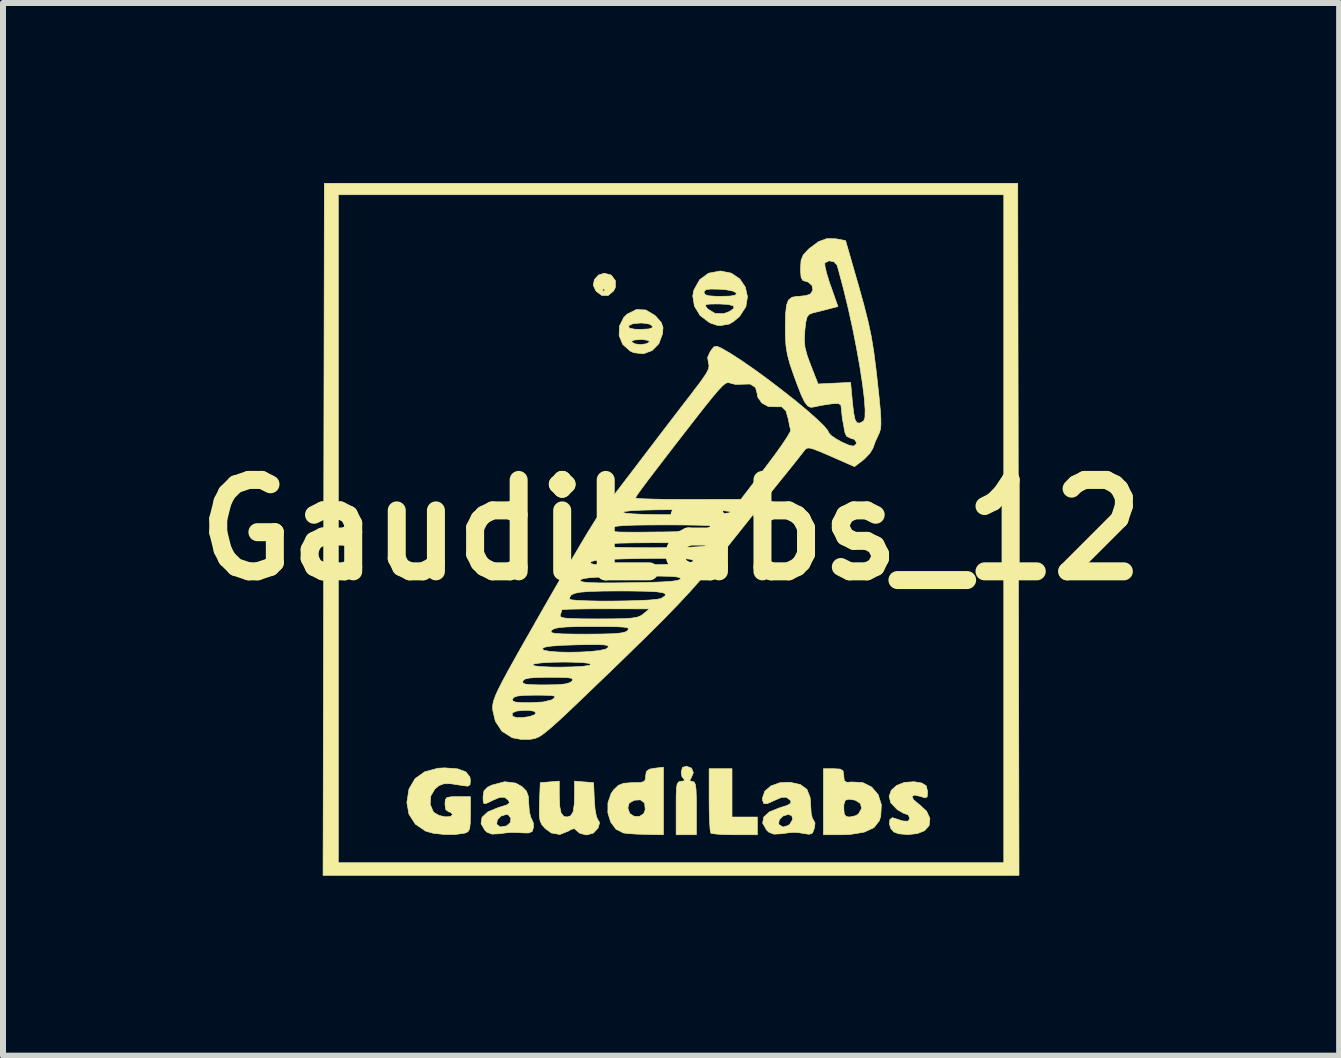
<source format=kicad_pcb>
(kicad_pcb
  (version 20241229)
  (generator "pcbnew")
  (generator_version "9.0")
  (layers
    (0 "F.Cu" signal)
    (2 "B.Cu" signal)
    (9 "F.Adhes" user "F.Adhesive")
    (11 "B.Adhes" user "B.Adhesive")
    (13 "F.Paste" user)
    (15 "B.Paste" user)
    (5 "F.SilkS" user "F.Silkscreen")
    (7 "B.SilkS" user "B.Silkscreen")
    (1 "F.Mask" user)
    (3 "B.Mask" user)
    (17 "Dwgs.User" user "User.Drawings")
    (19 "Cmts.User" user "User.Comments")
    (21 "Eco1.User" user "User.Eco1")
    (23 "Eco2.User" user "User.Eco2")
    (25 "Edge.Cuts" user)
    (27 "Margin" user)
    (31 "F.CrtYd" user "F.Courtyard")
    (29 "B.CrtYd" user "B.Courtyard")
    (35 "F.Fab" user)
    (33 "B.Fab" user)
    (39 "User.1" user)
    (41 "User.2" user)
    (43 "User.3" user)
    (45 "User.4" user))
  (footprint "GaudiLabs_12"
    (layer "F.Cu")
    (at 8.135 5.784)
    (property "Reference" "GaudiLabs_12" (at 0 0 0) (layer "F.SilkS") (effects (font (size 1.524 1.524) (thickness 0.3))))
    (attr through_hole)
    (fp_poly (pts (xy 5.789 -0.011) (xy 5.8 5.757) (xy -5.8 5.757) (xy -5.789 -0.011) (xy -5.779 -5.588) (xy -5.546 -5.588) (xy -5.546 5.546) (xy 5.546 5.546) (xy 5.546 -5.588) (xy -5.546 -5.588) (xy -5.779 -5.588) (xy -5.779 -5.779) (xy 5.779 -5.779) (xy 5.789 -0.011)) (stroke (width 0.01) (type solid)) (fill yes) (layer "F.SilkS"))
    (fp_poly (pts (xy 1.016 4.784) (xy 1.439 4.784) (xy 1.439 5.08) (xy 1.065 5.08) (xy 0.895 5.077) (xy 0.758 5.069) (xy 0.676 5.057) (xy 0.663 5.052) (xy 0.652 5.001) (xy 0.644 4.883) (xy 0.637 4.714) (xy 0.635 4.513) (xy 0.635 4.501) (xy 0.635 3.979) (xy 1.016 3.979) (xy 1.016 4.784)) (stroke (width 0.01) (type solid)) (fill yes) (layer "F.SilkS"))
    (fp_poly (pts (xy -1.008 -4.253) (xy -0.992 -4.243) (xy -0.926 -4.153) (xy -0.929 -4.04) (xy -0.958 -3.984) (xy -1.051 -3.907) (xy -1.157 -3.911) (xy -1.249 -3.98) (xy -1.259 -4) (xy -1.143 -4) (xy -1.122 -3.979) (xy -1.101 -4) (xy -1.122 -4.022) (xy -1.143 -4) (xy -1.259 -4) (xy -1.296 -4.079) (xy -1.278 -4.174) (xy -1.212 -4.247) (xy -1.116 -4.28) (xy -1.008 -4.253)) (stroke (width 0.01) (type solid)) (fill yes) (layer "F.SilkS"))
    (fp_poly (pts (xy 0.341 3.969) (xy 0.372 4.044) (xy 0.338 4.128) (xy 0.309 4.178) (xy 0.349 4.191) (xy 0.355 4.191) (xy 0.386 4.202) (xy 0.406 4.243) (xy 0.417 4.33) (xy 0.422 4.477) (xy 0.423 4.636) (xy 0.423 5.08) (xy 0.085 5.08) (xy 0.085 4.636) (xy 0.085 4.438) (xy 0.09 4.309) (xy 0.102 4.235) (xy 0.124 4.2) (xy 0.159 4.189) (xy 0.18 4.188) (xy 0.233 4.178) (xy 0.222 4.163) (xy 0.181 4.109) (xy 0.169 4.039) (xy 0.19 3.958) (xy 0.255 3.937) (xy 0.341 3.969)) (stroke (width 0.01) (type solid)) (fill yes) (layer "F.SilkS"))
    (fp_poly (pts (xy 2.818 3.985) (xy 2.866 4.012) (xy 2.878 4.078) (xy 2.879 4.099) (xy 2.888 4.181) (xy 2.932 4.207) (xy 3.006 4.2) (xy 3.192 4.209) (xy 3.345 4.285) (xy 3.453 4.413) (xy 3.506 4.58) (xy 3.495 4.771) (xy 3.472 4.846) (xy 3.384 4.959) (xy 3.223 5.035) (xy 2.99 5.074) (xy 2.838 5.08) (xy 2.54 5.08) (xy 2.54 4.636) (xy 2.879 4.636) (xy 2.887 4.736) (xy 2.923 4.777) (xy 2.976 4.784) (xy 3.076 4.763) (xy 3.124 4.733) (xy 3.177 4.64) (xy 3.156 4.558) (xy 3.069 4.503) (xy 2.96 4.487) (xy 2.904 4.505) (xy 2.881 4.574) (xy 2.879 4.636) (xy 2.54 4.636) (xy 2.54 3.979) (xy 2.709 3.979) (xy 2.818 3.985)) (stroke (width 0.01) (type solid)) (fill yes) (layer "F.SilkS"))
    (fp_poly (pts (xy -1.291 4.212) (xy -1.278 4.507) (xy -1.266 4.659) (xy -1.244 4.775) (xy -1.218 4.832) (xy -1.217 4.832) (xy -1.19 4.878) (xy -1.216 4.965) (xy -1.219 4.971) (xy -1.296 5.053) (xy -1.408 5.083) (xy -1.52 5.056) (xy -1.566 5.017) (xy -1.614 4.977) (xy -1.67 4.993) (xy -1.707 5.017) (xy -1.852 5.075) (xy -1.996 5.05) (xy -2.099 4.974) (xy -2.153 4.913) (xy -2.183 4.848) (xy -2.196 4.755) (xy -2.195 4.609) (xy -2.193 4.54) (xy -2.18 4.212) (xy -1.863 4.186) (xy -1.863 4.418) (xy -1.856 4.602) (xy -1.833 4.716) (xy -1.789 4.772) (xy -1.736 4.784) (xy -1.672 4.764) (xy -1.632 4.698) (xy -1.613 4.57) (xy -1.609 4.418) (xy -1.609 4.186) (xy -1.291 4.212)) (stroke (width 0.01) (type solid)) (fill yes) (layer "F.SilkS"))
    (fp_poly (pts (xy -0.127 5.08) (xy -0.413 5.074) (xy -0.575 5.069) (xy -0.714 5.06) (xy -0.793 5.05) (xy -0.918 4.987) (xy -1.006 4.868) (xy -1.053 4.715) (xy -1.052 4.633) (xy -0.72 4.633) (xy -0.689 4.725) (xy -0.615 4.773) (xy -0.528 4.775) (xy -0.456 4.728) (xy -0.43 4.662) (xy -0.441 4.55) (xy -0.511 4.498) (xy -0.611 4.504) (xy -0.697 4.551) (xy -0.72 4.633) (xy -1.052 4.633) (xy -1.052 4.549) (xy -1 4.395) (xy -0.956 4.331) (xy -0.879 4.257) (xy -0.792 4.222) (xy -0.66 4.212) (xy -0.639 4.212) (xy -0.512 4.209) (xy -0.448 4.192) (xy -0.426 4.151) (xy -0.423 4.1) (xy -0.411 4.023) (xy -0.358 3.986) (xy -0.275 3.971) (xy -0.127 3.954) (xy -0.127 5.08)) (stroke (width 0.01) (type solid)) (fill yes) (layer "F.SilkS"))
    (fp_poly (pts (xy 4.18 4.218) (xy 4.254 4.264) (xy 4.276 4.362) (xy 4.276 4.364) (xy 4.269 4.448) (xy 4.231 4.464) (xy 4.163 4.442) (xy 4.058 4.418) (xy 4.017 4.44) (xy 4.041 4.496) (xy 4.133 4.573) (xy 4.137 4.575) (xy 4.259 4.686) (xy 4.315 4.808) (xy 4.302 4.925) (xy 4.226 5.012) (xy 4.106 5.06) (xy 3.948 5.077) (xy 3.796 5.064) (xy 3.715 5.034) (xy 3.663 4.976) (xy 3.64 4.897) (xy 3.647 4.828) (xy 3.685 4.796) (xy 3.708 4.8) (xy 3.861 4.85) (xy 3.949 4.854) (xy 3.979 4.814) (xy 3.979 4.809) (xy 3.956 4.75) (xy 3.933 4.741) (xy 3.87 4.719) (xy 3.776 4.663) (xy 3.764 4.654) (xy 3.663 4.548) (xy 3.635 4.44) (xy 3.67 4.34) (xy 3.758 4.259) (xy 3.889 4.207) (xy 4.052 4.196) (xy 4.18 4.218)) (stroke (width 0.01) (type solid)) (fill yes) (layer "F.SilkS"))
    (fp_poly (pts (xy -0.421 -3.667) (xy -0.269 -3.577) (xy -0.246 -3.554) (xy -0.163 -3.458) (xy -0.134 -3.374) (xy -0.142 -3.271) (xy -0.203 -3.105) (xy -0.316 -2.991) (xy -0.46 -2.937) (xy -0.619 -2.955) (xy -0.682 -2.983) (xy -0.805 -3.094) (xy -0.825 -3.142) (xy -0.659 -3.142) (xy -0.656 -3.133) (xy -0.599 -3.102) (xy -0.508 -3.09) (xy -0.411 -3.104) (xy -0.36 -3.133) (xy -0.379 -3.16) (xy -0.469 -3.174) (xy -0.508 -3.175) (xy -0.617 -3.166) (xy -0.659 -3.142) (xy -0.825 -3.142) (xy -0.865 -3.24) (xy -0.86 -3.397) (xy -0.86 -3.397) (xy -0.709 -3.397) (xy -0.692 -3.364) (xy -0.606 -3.347) (xy -0.508 -3.344) (xy -0.372 -3.351) (xy -0.311 -3.373) (xy -0.307 -3.397) (xy -0.359 -3.432) (xy -0.472 -3.449) (xy -0.508 -3.45) (xy -0.633 -3.439) (xy -0.703 -3.407) (xy -0.709 -3.397) (xy -0.86 -3.397) (xy -0.789 -3.541) (xy -0.73 -3.599) (xy -0.577 -3.675) (xy -0.421 -3.667)) (stroke (width 0.01) (type solid)) (fill yes) (layer "F.SilkS"))
    (fp_poly (pts (xy -3.558 3.981) (xy -3.421 4.031) (xy -3.353 4.116) (xy -3.344 4.176) (xy -3.351 4.246) (xy -3.387 4.27) (xy -3.476 4.26) (xy -3.503 4.255) (xy -3.673 4.229) (xy -3.787 4.23) (xy -3.869 4.261) (xy -3.937 4.318) (xy -4.006 4.436) (xy -4.015 4.572) (xy -3.966 4.691) (xy -3.944 4.714) (xy -3.864 4.759) (xy -3.765 4.781) (xy -3.681 4.778) (xy -3.641 4.746) (xy -3.641 4.741) (xy -3.675 4.704) (xy -3.704 4.699) (xy -3.755 4.661) (xy -3.768 4.572) (xy -3.763 4.497) (xy -3.735 4.459) (xy -3.661 4.446) (xy -3.556 4.445) (xy -3.344 4.445) (xy -3.344 4.736) (xy -3.347 4.892) (xy -3.358 4.982) (xy -3.385 5.029) (xy -3.432 5.051) (xy -3.44 5.053) (xy -3.595 5.075) (xy -3.782 5.075) (xy -3.963 5.055) (xy -4.089 5.02) (xy -4.262 4.903) (xy -4.369 4.736) (xy -4.403 4.541) (xy -4.368 4.318) (xy -4.268 4.146) (xy -4.106 4.03) (xy -3.885 3.971) (xy -3.77 3.965) (xy -3.558 3.981)) (stroke (width 0.01) (type solid)) (fill yes) (layer "F.SilkS"))
    (fp_poly (pts (xy 2.156 4.243) (xy 2.265 4.323) (xy 2.318 4.458) (xy 2.328 4.596) (xy 2.336 4.724) (xy 2.357 4.812) (xy 2.374 4.834) (xy 2.4 4.884) (xy 2.389 4.969) (xy 2.359 5.05) (xy 2.304 5.072) (xy 2.227 5.062) (xy 2.131 5.045) (xy 2.055 5.039) (xy 1.964 5.046) (xy 1.841 5.063) (xy 1.715 5.07) (xy 1.634 5.039) (xy 1.592 5.001) (xy 1.534 4.898) (xy 1.793 4.898) (xy 1.798 4.909) (xy 1.865 4.951) (xy 1.952 4.926) (xy 1.981 4.902) (xy 2.029 4.822) (xy 2.012 4.761) (xy 1.953 4.741) (xy 1.866 4.768) (xy 1.804 4.83) (xy 1.793 4.898) (xy 1.534 4.898) (xy 1.527 4.887) (xy 1.545 4.785) (xy 1.642 4.697) (xy 1.802 4.633) (xy 1.933 4.591) (xy 1.994 4.557) (xy 1.998 4.522) (xy 1.987 4.505) (xy 1.923 4.455) (xy 1.842 4.456) (xy 1.72 4.509) (xy 1.607 4.56) (xy 1.547 4.561) (xy 1.526 4.506) (xy 1.524 4.466) (xy 1.563 4.354) (xy 1.665 4.266) (xy 1.812 4.213) (xy 1.981 4.205) (xy 2.156 4.243)) (stroke (width 0.01) (type solid)) (fill yes) (layer "F.SilkS"))
    (fp_poly (pts (xy -2.589 4.219) (xy -2.482 4.279) (xy -2.41 4.352) (xy -2.378 4.442) (xy -2.371 4.567) (xy -2.362 4.695) (xy -2.338 4.79) (xy -2.325 4.813) (xy -2.294 4.887) (xy -2.293 4.959) (xy -2.315 5.026) (xy -2.374 5.05) (xy -2.455 5.049) (xy -2.585 5.042) (xy -2.672 5.042) (xy -2.759 5.049) (xy -2.858 5.063) (xy -2.985 5.069) (xy -3.067 5.038) (xy -3.102 5.006) (xy -3.164 4.898) (xy -2.906 4.898) (xy -2.901 4.909) (xy -2.848 4.95) (xy -2.759 4.936) (xy -2.734 4.927) (xy -2.677 4.874) (xy -2.67 4.803) (xy -2.71 4.75) (xy -2.746 4.741) (xy -2.833 4.768) (xy -2.895 4.83) (xy -2.906 4.898) (xy -3.164 4.898) (xy -3.167 4.892) (xy -3.15 4.788) (xy -3.053 4.698) (xy -2.878 4.626) (xy -2.844 4.616) (xy -2.734 4.581) (xy -2.693 4.549) (xy -2.709 4.509) (xy -2.711 4.506) (xy -2.775 4.455) (xy -2.856 4.456) (xy -2.978 4.508) (xy -2.979 4.509) (xy -3.077 4.557) (xy -3.121 4.559) (xy -3.132 4.504) (xy -3.133 4.443) (xy -3.118 4.348) (xy -3.059 4.288) (xy -2.986 4.252) (xy -2.772 4.196) (xy -2.589 4.219)) (stroke (width 0.01) (type solid)) (fill yes) (layer "F.SilkS"))
    (fp_poly (pts (xy 0.821 -4.317) (xy 1.004 -4.281) (xy 1.146 -4.185) (xy 1.238 -4.049) (xy 1.274 -3.888) (xy 1.247 -3.722) (xy 1.147 -3.567) (xy 1.14 -3.559) (xy 1.047 -3.479) (xy 0.971 -3.433) (xy 0.953 -3.429) (xy 0.86 -3.414) (xy 0.84 -3.408) (xy 0.768 -3.412) (xy 0.661 -3.448) (xy 0.635 -3.461) (xy 0.485 -3.575) (xy 0.39 -3.73) (xy 0.389 -3.738) (xy 0.572 -3.738) (xy 0.601 -3.697) (xy 0.614 -3.683) (xy 0.731 -3.611) (xy 0.877 -3.606) (xy 0.976 -3.642) (xy 1.049 -3.696) (xy 1.04 -3.736) (xy 0.951 -3.76) (xy 0.798 -3.768) (xy 0.656 -3.766) (xy 0.585 -3.759) (xy 0.572 -3.738) (xy 0.389 -3.738) (xy 0.362 -3.901) (xy 0.373 -3.96) (xy 0.55 -3.96) (xy 0.567 -3.924) (xy 0.628 -3.904) (xy 0.749 -3.895) (xy 0.829 -3.895) (xy 0.987 -3.899) (xy 1.071 -3.915) (xy 1.091 -3.944) (xy 1.09 -3.948) (xy 1.038 -3.981) (xy 0.915 -4.005) (xy 0.812 -4.013) (xy 0.664 -4.016) (xy 0.584 -4.006) (xy 0.553 -3.978) (xy 0.55 -3.96) (xy 0.373 -3.96) (xy 0.381 -4) (xy 0.477 -4.172) (xy 0.625 -4.28) (xy 0.818 -4.317) (xy 0.821 -4.317)) (stroke (width 0.01) (type solid)) (fill yes) (layer "F.SilkS"))
    (fp_poly (pts (xy 2.748 -4.854) (xy 2.77 -4.85) (xy 2.909 -4.824) (xy 3.131 -4.053) (xy 3.219 -3.735) (xy 3.286 -3.469) (xy 3.338 -3.225) (xy 3.379 -2.973) (xy 3.416 -2.685) (xy 3.437 -2.499) (xy 3.467 -2.22) (xy 3.487 -2.012) (xy 3.497 -1.862) (xy 3.498 -1.756) (xy 3.491 -1.681) (xy 3.474 -1.624) (xy 3.458 -1.589) (xy 3.403 -1.469) (xy 3.366 -1.365) (xy 3.315 -1.279) (xy 3.224 -1.184) (xy 3.198 -1.163) (xy 3.058 -1.056) (xy 2.666 -1.228) (xy 2.488 -1.305) (xy 2.371 -1.35) (xy 2.299 -1.368) (xy 2.256 -1.36) (xy 2.226 -1.331) (xy 2.222 -1.324) (xy 2.175 -1.264) (xy 2.088 -1.153) (xy 1.971 -1.007) (xy 1.837 -0.841) (xy 1.825 -0.826) (xy 1.691 -0.66) (xy 1.52 -0.446) (xy 1.324 -0.201) (xy 1.119 0.056) (xy 0.918 0.308) (xy 0.887 0.347) (xy 0.693 0.589) (xy 0.507 0.811) (xy 0.317 1.026) (xy 0.112 1.246) (xy -0.119 1.484) (xy -0.389 1.753) (xy -0.708 2.065) (xy -0.753 2.109) (xy -1.081 2.426) (xy -1.355 2.689) (xy -1.579 2.904) (xy -1.76 3.076) (xy -1.904 3.209) (xy -2.016 3.308) (xy -2.103 3.379) (xy -2.17 3.428) (xy -2.224 3.458) (xy -2.27 3.475) (xy -2.315 3.484) (xy -2.352 3.489) (xy -2.5 3.49) (xy -2.64 3.464) (xy -2.653 3.459) (xy -2.82 3.353) (xy -2.928 3.188) (xy -2.95 3.096) (xy -2.646 3.096) (xy -2.636 3.108) (xy -2.572 3.127) (xy -2.467 3.126) (xy -2.356 3.109) (xy -2.274 3.079) (xy -2.254 3.059) (xy -2.273 3.023) (xy -2.364 3.007) (xy -2.428 3.006) (xy -2.57 3.017) (xy -2.645 3.048) (xy -2.646 3.096) (xy -2.95 3.096) (xy -2.971 3.006) (xy -2.974 2.955) (xy -2.97 2.902) (xy -2.956 2.841) (xy -2.946 2.815) (xy -2.64 2.815) (xy -2.64 2.848) (xy -2.597 2.868) (xy -2.497 2.877) (xy -2.356 2.879) (xy -2.135 2.867) (xy -1.996 2.834) (xy -1.966 2.817) (xy -1.934 2.787) (xy -1.943 2.768) (xy -2.004 2.758) (xy -2.129 2.754) (xy -2.25 2.753) (xy -2.437 2.756) (xy -2.555 2.767) (xy -2.618 2.788) (xy -2.64 2.815) (xy -2.946 2.815) (xy -2.927 2.762) (xy -2.881 2.66) (xy -2.812 2.525) (xy -2.809 2.519) (xy -2.471 2.519) (xy -2.47 2.549) (xy -2.432 2.568) (xy -2.343 2.578) (xy -2.189 2.582) (xy -2.099 2.582) (xy -1.895 2.579) (xy -1.761 2.566) (xy -1.681 2.543) (xy -1.651 2.519) (xy -1.636 2.49) (xy -1.658 2.471) (xy -1.728 2.461) (xy -1.861 2.456) (xy -2.022 2.455) (xy -2.225 2.458) (xy -2.357 2.467) (xy -2.433 2.484) (xy -2.468 2.512) (xy -2.471 2.519) (xy -2.809 2.519) (xy -2.718 2.35) (xy -2.659 2.244) (xy -2.307 2.244) (xy -2.28 2.264) (xy -2.172 2.277) (xy -1.987 2.285) (xy -1.846 2.286) (xy -1.642 2.282) (xy -1.477 2.273) (xy -1.369 2.258) (xy -1.333 2.244) (xy -1.361 2.224) (xy -1.469 2.21) (xy -1.653 2.203) (xy -1.794 2.201) (xy -1.999 2.205) (xy -2.163 2.215) (xy -2.272 2.229) (xy -2.307 2.244) (xy -2.659 2.244) (xy -2.594 2.127) (xy -2.511 1.979) (xy -2.148 1.979) (xy -2.119 2.005) (xy -2.024 2.023) (xy -1.881 2.034) (xy -1.709 2.038) (xy -1.526 2.035) (xy -1.351 2.026) (xy -1.201 2.01) (xy -1.096 1.988) (xy -1.057 1.967) (xy -1.044 1.941) (xy -1.061 1.924) (xy -1.121 1.914) (xy -1.236 1.91) (xy -1.416 1.911) (xy -1.567 1.914) (xy -1.82 1.922) (xy -1.996 1.935) (xy -2.102 1.952) (xy -2.147 1.976) (xy -2.148 1.979) (xy -2.511 1.979) (xy -2.437 1.849) (xy -2.35 1.697) (xy -2.001 1.697) (xy -1.982 1.714) (xy -1.921 1.725) (xy -1.808 1.732) (xy -1.63 1.735) (xy -1.407 1.736) (xy -1.151 1.734) (xy -0.968 1.729) (xy -0.844 1.718) (xy -0.767 1.702) (xy -0.725 1.678) (xy -0.72 1.672) (xy -0.708 1.648) (xy -0.727 1.63) (xy -0.788 1.619) (xy -0.902 1.612) (xy -1.079 1.609) (xy -1.302 1.609) (xy -1.558 1.61) (xy -1.742 1.616) (xy -1.866 1.626) (xy -1.943 1.643) (xy -1.985 1.667) (xy -1.99 1.672) (xy -2.001 1.697) (xy -2.35 1.697) (xy -2.243 1.508) (xy -2.204 1.44) (xy -1.848 1.44) (xy -1.822 1.458) (xy -1.757 1.47) (xy -1.643 1.477) (xy -1.466 1.481) (xy -1.217 1.482) (xy -1.216 1.482) (xy -0.962 1.481) (xy -0.779 1.477) (xy -0.652 1.468) (xy -0.566 1.454) (xy -0.508 1.431) (xy -0.461 1.4) (xy -0.46 1.398) (xy -0.36 1.315) (xy -1.09 1.314) (xy -1.328 1.314) (xy -1.534 1.317) (xy -1.693 1.32) (xy -1.793 1.325) (xy -1.82 1.33) (xy -1.834 1.38) (xy -1.846 1.415) (xy -1.848 1.44) (xy -2.204 1.44) (xy -2.168 1.376) (xy -2.039 1.151) (xy -1.693 1.151) (xy -1.654 1.165) (xy -1.546 1.175) (xy -1.386 1.181) (xy -1.19 1.185) (xy -0.974 1.185) (xy -0.755 1.182) (xy -0.549 1.176) (xy -0.371 1.168) (xy -0.239 1.156) (xy -0.169 1.143) (xy -0.167 1.142) (xy -0.103 1.1) (xy -0.09 1.069) (xy -0.134 1.046) (xy -0.241 1.03) (xy -0.417 1.021) (xy -0.669 1.017) (xy -0.838 1.016) (xy -1.132 1.018) (xy -1.352 1.024) (xy -1.507 1.036) (xy -1.609 1.056) (xy -1.666 1.085) (xy -1.691 1.126) (xy -1.693 1.151) (xy -2.039 1.151) (xy -1.981 1.05) (xy -1.858 0.837) (xy -1.514 0.837) (xy -1.504 0.856) (xy -1.452 0.869) (xy -1.352 0.878) (xy -1.192 0.882) (xy -0.965 0.882) (xy -0.695 0.879) (xy -0.39 0.874) (xy -0.16 0.866) (xy 0.001 0.856) (xy 0.102 0.842) (xy 0.151 0.824) (xy 0.159 0.814) (xy 0.149 0.795) (xy 0.098 0.782) (xy -0.003 0.773) (xy -0.163 0.769) (xy -0.39 0.769) (xy -0.659 0.772) (xy -0.965 0.777) (xy -1.194 0.785) (xy -1.355 0.795) (xy -1.456 0.809) (xy -1.506 0.827) (xy -1.514 0.837) (xy -1.858 0.837) (xy -1.802 0.74) (xy -1.685 0.541) (xy -1.344 0.541) (xy -1.334 0.559) (xy -1.283 0.573) (xy -1.183 0.581) (xy -1.024 0.586) (xy -0.798 0.586) (xy -0.505 0.583) (xy -0.195 0.577) (xy 0.038 0.57) (xy 0.203 0.56) (xy 0.308 0.546) (xy 0.361 0.529) (xy 0.371 0.518) (xy 0.36 0.499) (xy 0.31 0.486) (xy 0.209 0.477) (xy 0.051 0.473) (xy -0.175 0.472) (xy -0.469 0.475) (xy -0.779 0.481) (xy -1.012 0.488) (xy -1.177 0.499) (xy -1.281 0.512) (xy -1.334 0.529) (xy -1.344 0.541) (xy -1.685 0.541) (xy -1.636 0.457) (xy -1.516 0.254) (xy -1.206 0.254) (xy -1.175 0.27) (xy -1.061 0.282) (xy -0.866 0.29) (xy -0.591 0.295) (xy -0.32 0.296) (xy 0.006 0.294) (xy 0.265 0.289) (xy 0.452 0.28) (xy 0.562 0.267) (xy 0.593 0.254) (xy 0.551 0.239) (xy 0.43 0.227) (xy 0.233 0.218) (xy -0.035 0.213) (xy -0.294 0.212) (xy -0.604 0.214) (xy -0.857 0.219) (xy -1.047 0.229) (xy -1.166 0.241) (xy -1.206 0.254) (xy -1.516 0.254) (xy -1.49 0.209) (xy -1.368 0.006) (xy -1.364 0.001) (xy -1.027 0.001) (xy -1.011 0.016) (xy -0.959 0.027) (xy -0.862 0.034) (xy -0.711 0.036) (xy -0.495 0.036) (xy -0.206 0.033) (xy -0.147 0.033) (xy 0.177 0.027) (xy 0.424 0.02) (xy 0.601 0.01) (xy 0.717 -0.002) (xy 0.779 -0.018) (xy 0.794 -0.032) (xy 0.782 -0.05) (xy 0.727 -0.064) (xy 0.62 -0.074) (xy 0.452 -0.08) (xy 0.217 -0.084) (xy -0.076 -0.085) (xy -0.38 -0.084) (xy -0.61 -0.081) (xy -0.777 -0.075) (xy -0.892 -0.065) (xy -0.964 -0.051) (xy -1.005 -0.031) (xy -1.017 -0.02) (xy -1.027 0.001) (xy -1.364 0.001) (xy -1.275 -0.143) (xy -1.219 -0.23) (xy -1.213 -0.237) (xy -1.168 -0.296) (xy -0.804 -0.296) (xy -0.763 -0.281) (xy -0.641 -0.269) (xy -0.444 -0.26) (xy -0.177 -0.255) (xy 0.082 -0.254) (xy 0.392 -0.256) (xy 0.646 -0.262) (xy 0.836 -0.271) (xy 0.955 -0.283) (xy 0.995 -0.296) (xy 0.964 -0.312) (xy 0.849 -0.324) (xy 0.654 -0.333) (xy 0.379 -0.337) (xy 0.108 -0.339) (xy -0.218 -0.337) (xy -0.477 -0.331) (xy -0.663 -0.322) (xy -0.774 -0.309) (xy -0.804 -0.296) (xy -1.168 -0.296) (xy -1.148 -0.322) (xy -1.041 -0.462) (xy -0.988 -0.532) (xy -0.593 -0.532) (xy -0.552 -0.525) (xy -0.44 -0.519) (xy -0.268 -0.514) (xy -0.048 -0.51) (xy 0.206 -0.509) (xy 0.286 -0.509) (xy 1.164 -0.51) (xy 1.587 -1.062) (xy 1.728 -1.25) (xy 1.847 -1.416) (xy 1.936 -1.55) (xy 1.986 -1.637) (xy 1.994 -1.664) (xy 1.975 -1.74) (xy 1.957 -1.841) (xy 1.915 -1.985) (xy 1.845 -2.054) (xy 1.745 -2.054) (xy 1.622 -2.058) (xy 1.514 -2.117) (xy 1.447 -2.211) (xy 1.439 -2.261) (xy 1.408 -2.376) (xy 1.318 -2.433) (xy 1.197 -2.43) (xy 1.077 -2.426) (xy 0.985 -2.449) (xy 0.953 -2.458) (xy 0.914 -2.447) (xy 0.862 -2.407) (xy 0.789 -2.33) (xy 0.687 -2.21) (xy 0.55 -2.039) (xy 0.369 -1.808) (xy 0.353 -1.787) (xy 0.097 -1.457) (xy -0.111 -1.187) (xy -0.275 -0.973) (xy -0.4 -0.809) (xy -0.49 -0.688) (xy -0.549 -0.606) (xy -0.582 -0.556) (xy -0.593 -0.533) (xy -0.593 -0.532) (xy -0.988 -0.532) (xy -0.903 -0.644) (xy -0.742 -0.855) (xy -0.568 -1.083) (xy -0.503 -1.169) (xy -0.314 -1.417) (xy -0.121 -1.67) (xy 0.063 -1.91) (xy 0.224 -2.12) (xy 0.35 -2.283) (xy 0.368 -2.308) (xy 0.498 -2.479) (xy 0.581 -2.599) (xy 0.624 -2.682) (xy 0.634 -2.74) (xy 0.624 -2.779) (xy 0.61 -2.878) (xy 0.656 -2.978) (xy 0.713 -3.052) (xy 0.768 -3.062) (xy 0.84 -3.03) (xy 0.998 -2.938) (xy 1.189 -2.814) (xy 1.402 -2.666) (xy 1.626 -2.502) (xy 1.851 -2.33) (xy 2.067 -2.16) (xy 2.261 -1.999) (xy 2.424 -1.855) (xy 2.545 -1.738) (xy 2.614 -1.656) (xy 2.625 -1.627) (xy 2.66 -1.582) (xy 2.746 -1.522) (xy 2.857 -1.46) (xy 2.966 -1.414) (xy 3.04 -1.397) (xy 3.085 -1.431) (xy 3.09 -1.46) (xy 3.055 -1.512) (xy 3.006 -1.524) (xy 2.928 -1.561) (xy 2.9 -1.619) (xy 2.855 -1.861) (xy 2.839 -2.024) (xy 2.83 -2.085) (xy 2.79 -2.108) (xy 2.698 -2.105) (xy 2.656 -2.1) (xy 2.521 -2.08) (xy 2.409 -2.057) (xy 2.389 -2.052) (xy 2.33 -2.044) (xy 2.279 -2.067) (xy 2.229 -2.13) (xy 2.172 -2.247) (xy 2.102 -2.426) (xy 2.054 -2.556) (xy 1.983 -2.762) (xy 1.939 -2.925) (xy 1.915 -3.078) (xy 1.91 -3.172) (xy 2.222 -3.172) (xy 2.233 -3.042) (xy 2.271 -2.902) (xy 2.328 -2.747) (xy 2.451 -2.434) (xy 2.722 -2.447) (xy 2.993 -2.46) (xy 3.021 -2.156) (xy 3.042 -1.963) (xy 3.066 -1.844) (xy 3.099 -1.787) (xy 3.146 -1.782) (xy 3.209 -1.815) (xy 3.232 -1.874) (xy 3.235 -2.005) (xy 3.221 -2.197) (xy 3.191 -2.438) (xy 3.148 -2.718) (xy 3.093 -3.026) (xy 3.029 -3.351) (xy 2.956 -3.683) (xy 2.877 -4.01) (xy 2.794 -4.322) (xy 2.768 -4.413) (xy 2.716 -4.471) (xy 2.634 -4.487) (xy 2.567 -4.454) (xy 2.563 -4.449) (xy 2.566 -4.394) (xy 2.593 -4.28) (xy 2.639 -4.129) (xy 2.661 -4.068) (xy 2.782 -3.725) (xy 2.629 -3.685) (xy 2.493 -3.65) (xy 2.371 -3.62) (xy 2.366 -3.619) (xy 2.304 -3.596) (xy 2.268 -3.552) (xy 2.246 -3.465) (xy 2.23 -3.326) (xy 2.222 -3.172) (xy 1.91 -3.172) (xy 1.906 -3.255) (xy 1.905 -3.38) (xy 1.909 -3.598) (xy 1.924 -3.744) (xy 1.958 -3.834) (xy 2.015 -3.879) (xy 2.103 -3.895) (xy 2.136 -3.895) (xy 2.247 -3.907) (xy 2.322 -3.932) (xy 2.365 -3.998) (xy 2.349 -4.077) (xy 2.284 -4.133) (xy 2.254 -4.141) (xy 2.196 -4.16) (xy 2.168 -4.21) (xy 2.159 -4.314) (xy 2.159 -4.359) (xy 2.167 -4.494) (xy 2.204 -4.586) (xy 2.286 -4.674) (xy 2.304 -4.691) (xy 2.458 -4.806) (xy 2.597 -4.857) (xy 2.748 -4.854)) (stroke (width 0.01) (type solid)) (fill yes) (layer "F.SilkS")))
  (gr_rect
    (start -3 -3)
    (end 19.271 14.546)
    (stroke (width 0.1) (type default))
    (fill no)
    (layer "Edge.Cuts")))
</source>
